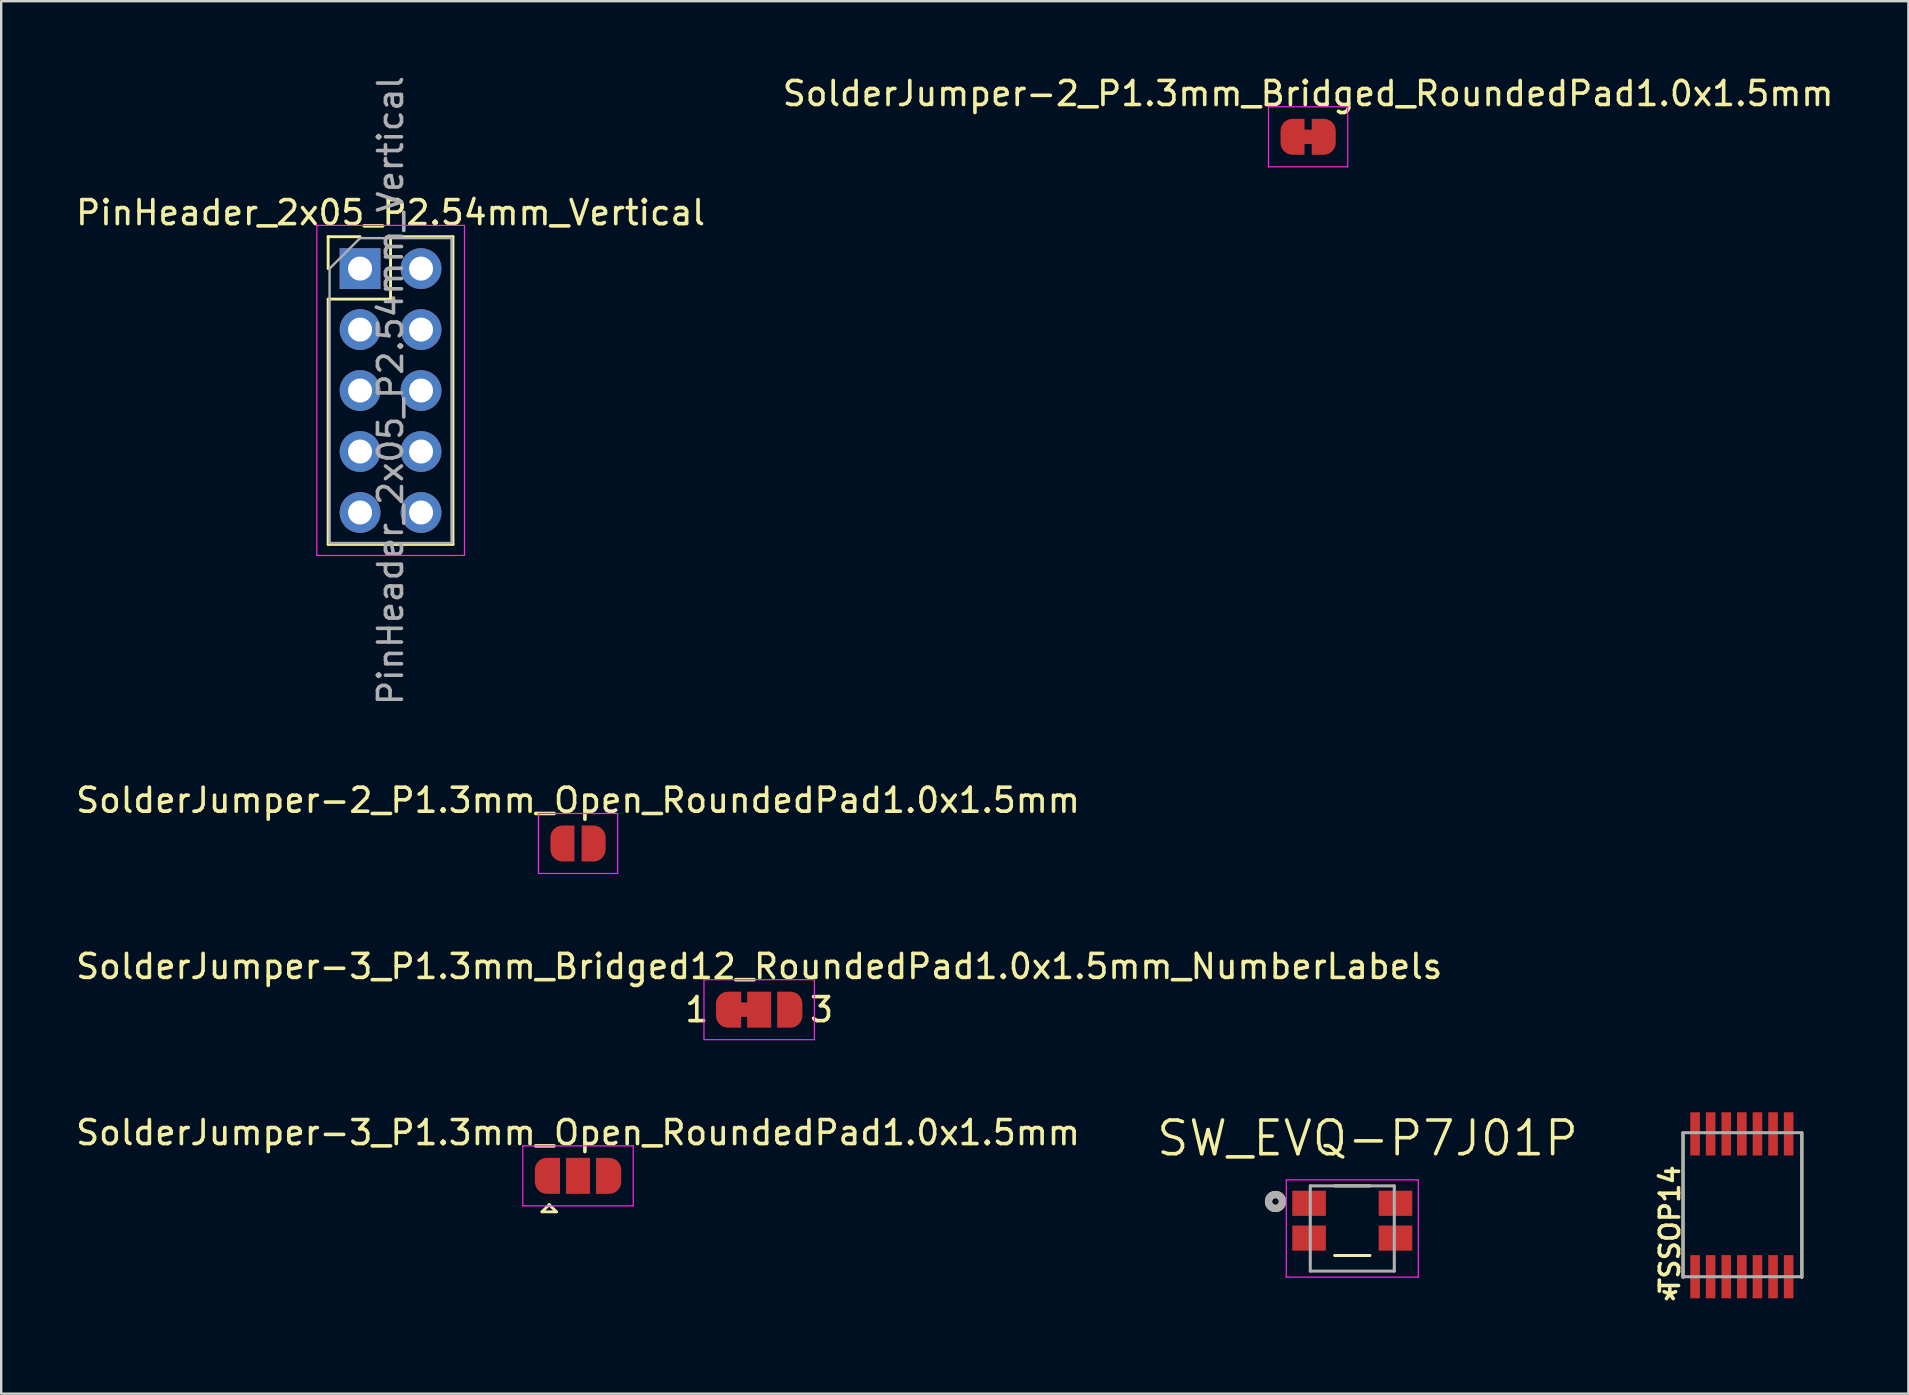
<source format=kicad_pcb>
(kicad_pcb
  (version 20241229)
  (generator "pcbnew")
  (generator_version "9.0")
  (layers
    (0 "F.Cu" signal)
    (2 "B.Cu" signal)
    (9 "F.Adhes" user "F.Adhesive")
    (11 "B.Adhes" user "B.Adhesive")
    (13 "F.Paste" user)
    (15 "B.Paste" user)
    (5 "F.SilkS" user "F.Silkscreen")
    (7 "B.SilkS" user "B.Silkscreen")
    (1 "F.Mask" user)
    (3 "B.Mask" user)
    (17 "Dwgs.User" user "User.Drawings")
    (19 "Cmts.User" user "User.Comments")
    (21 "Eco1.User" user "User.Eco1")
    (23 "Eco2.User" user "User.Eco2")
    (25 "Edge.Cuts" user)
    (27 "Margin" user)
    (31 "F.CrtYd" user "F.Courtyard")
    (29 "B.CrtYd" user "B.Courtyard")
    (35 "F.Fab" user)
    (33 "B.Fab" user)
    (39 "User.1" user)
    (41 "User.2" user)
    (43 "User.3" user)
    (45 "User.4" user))
  (footprint "SolderJumper-3_P1.3mm_Bridged12_RoundedPad1.0x1.5mm_NumberLabels"
    (layer "F.Cu")
    (at 28.577 39.012)
    (property "Reference" "SolderJumper-3_P1.3mm_Bridged12_RoundedPad1.0x1.5mm_NumberLabels" (at 0 -1.8 0) (layer "F.SilkS") (effects (font (size 1 1) (thickness 0.15))))
    (attr exclude_from_pos_files exclude_from_bom)
    (fp_poly (pts (xy -0.9 -0.3) (xy -0.4 -0.3) (xy -0.4 0.3) (xy -0.9 0.3)) (stroke (width 0) (type solid)) (fill yes) (layer "F.Cu"))
    (fp_line (start -2.3 -1.25) (end -2.3 1.25) (stroke (width 0.05) (type solid)) (layer "F.CrtYd"))
    (fp_line (start -2.3 -1.25) (end 2.3 -1.25) (stroke (width 0.05) (type solid)) (layer "F.CrtYd"))
    (fp_line (start 2.3 1.25) (end -2.3 1.25) (stroke (width 0.05) (type solid)) (layer "F.CrtYd"))
    (fp_line (start 2.3 1.25) (end 2.3 -1.25) (stroke (width 0.05) (type solid)) (layer "F.CrtYd"))
    (fp_text user "1" (at -2.6 0 0) (layer "F.SilkS") (effects (font (size 1 1) (thickness 0.15))))
    (fp_text user "3" (at 2.6 0 0) (layer "F.SilkS") (effects (font (size 1 1) (thickness 0.15))))
    (pad "1" smd custom (at -1.3 0) (size 1 0.5) (layers "F.Cu" "F.Mask") (options (anchor rect)) (primitives (gr_poly (pts (xy 0.55 -0.75) (xy 0 -0.75) (xy 0 0.75) (xy 0.55 0.75)) (width 0) (fill yes)) (gr_circle (center 0 0.25) (end 0.5 0.25) (width 0) (fill yes)) (gr_circle (center 0 -0.25) (end 0.5 -0.25) (width 0) (fill yes))))
    (pad "2" smd rect (at 0 0) (size 1 1.5) (layers "F.Cu" "F.Mask"))
    (pad "3" smd custom (at 1.3 0) (size 1 0.5) (layers "F.Cu" "F.Mask") (options (anchor rect)) (primitives (gr_circle (center 0 0.25) (end 0.5 0.25) (width 0) (fill yes)) (gr_circle (center 0 -0.25) (end 0.5 -0.25) (width 0) (fill yes)) (gr_poly (pts (xy -0.55 -0.75) (xy 0 -0.75) (xy 0 0.75) (xy -0.55 0.75)) (width 0) (fill yes)))))
  (footprint "SolderJumper-3_P1.3mm_Open_RoundedPad1.0x1.5mm"
    (layer "F.Cu")
    (at 21.03 45.935)
    (property "Reference" "SolderJumper-3_P1.3mm_Open_RoundedPad1.0x1.5mm" (at 0 -1.8 0) (layer "F.SilkS") (effects (font (size 1 1) (thickness 0.15))))
    (attr exclude_from_pos_files exclude_from_bom)
    (fp_line (start -1.5 1.5) (end -0.9 1.5) (stroke (width 0.12) (type solid)) (layer "F.SilkS"))
    (fp_line (start -1.2 1.2) (end -1.5 1.5) (stroke (width 0.12) (type solid)) (layer "F.SilkS"))
    (fp_line (start -1.2 1.2) (end -0.9 1.5) (stroke (width 0.12) (type solid)) (layer "F.SilkS"))
    (fp_line (start -2.3 -1.25) (end -2.3 1.25) (stroke (width 0.05) (type solid)) (layer "F.CrtYd"))
    (fp_line (start -2.3 -1.25) (end 2.3 -1.25) (stroke (width 0.05) (type solid)) (layer "F.CrtYd"))
    (fp_line (start 2.3 1.25) (end -2.3 1.25) (stroke (width 0.05) (type solid)) (layer "F.CrtYd"))
    (fp_line (start 2.3 1.25) (end 2.3 -1.25) (stroke (width 0.05) (type solid)) (layer "F.CrtYd"))
    (pad "1" smd custom (at -1.3 0) (size 1 0.5) (layers "F.Cu" "F.Mask") (options (anchor rect)) (primitives (gr_circle (center 0 0.25) (end 0.5 0.25) (width 0) (fill yes)) (gr_circle (center 0 -0.25) (end 0.5 -0.25) (width 0) (fill yes)) (gr_poly (pts (xy 0.55 -0.75) (xy 0 -0.75) (xy 0 0.75) (xy 0.55 0.75)) (width 0) (fill yes))))
    (pad "2" smd rect (at 0 0) (size 1 1.5) (layers "F.Cu" "F.Mask"))
    (pad "3" smd custom (at 1.3 0) (size 1 0.5) (layers "F.Cu" "F.Mask") (options (anchor rect)) (primitives (gr_circle (center 0 0.25) (end 0.5 0.25) (width 0) (fill yes)) (gr_circle (center 0 -0.25) (end 0.5 -0.25) (width 0) (fill yes)) (gr_poly (pts (xy -0.55 -0.75) (xy 0 -0.75) (xy 0 0.75) (xy -0.55 0.75)) (width 0) (fill yes)))))
  (footprint "PinHeader_2x05_P2.54mm_Vertical"
    (layer "F.Cu")
    (at 13.22 13.22)
    (property "Reference" "PinHeader_2x05_P2.54mm_Vertical" (at 0 -7.41 0) (layer "F.SilkS") (effects (font (size 1 1) (thickness 0.15))))
    (attr through_hole)
    (fp_line (start -2.6 -6.41) (end -1.27 -6.41) (stroke (width 0.12) (type solid)) (layer "F.SilkS"))
    (fp_line (start -2.6 -5.08) (end -2.6 -6.41) (stroke (width 0.12) (type solid)) (layer "F.SilkS"))
    (fp_line (start -2.6 -3.81) (end -2.6 6.41) (stroke (width 0.12) (type solid)) (layer "F.SilkS"))
    (fp_line (start -2.6 -3.81) (end 0 -3.81) (stroke (width 0.12) (type solid)) (layer "F.SilkS"))
    (fp_line (start -2.6 6.41) (end 2.6 6.41) (stroke (width 0.12) (type solid)) (layer "F.SilkS"))
    (fp_line (start 0 -6.41) (end 2.6 -6.41) (stroke (width 0.12) (type solid)) (layer "F.SilkS"))
    (fp_line (start 0 -3.81) (end 0 -6.41) (stroke (width 0.12) (type solid)) (layer "F.SilkS"))
    (fp_line (start 2.6 -6.41) (end 2.6 6.41) (stroke (width 0.12) (type solid)) (layer "F.SilkS"))
    (fp_line (start -3.07 -6.88) (end -3.07 6.87) (stroke (width 0.05) (type solid)) (layer "F.CrtYd"))
    (fp_line (start -3.07 6.87) (end 3.08 6.87) (stroke (width 0.05) (type solid)) (layer "F.CrtYd"))
    (fp_line (start 3.08 -6.88) (end -3.07 -6.88) (stroke (width 0.05) (type solid)) (layer "F.CrtYd"))
    (fp_line (start 3.08 6.87) (end 3.08 -6.88) (stroke (width 0.05) (type solid)) (layer "F.CrtYd"))
    (fp_line (start -2.54 -5.08) (end -1.27 -6.35) (stroke (width 0.1) (type solid)) (layer "F.Fab"))
    (fp_line (start -2.54 6.35) (end -2.54 -5.08) (stroke (width 0.1) (type solid)) (layer "F.Fab"))
    (fp_line (start -1.27 -6.35) (end 2.54 -6.35) (stroke (width 0.1) (type solid)) (layer "F.Fab"))
    (fp_line (start 2.54 -6.35) (end 2.54 6.35) (stroke (width 0.1) (type solid)) (layer "F.Fab"))
    (fp_line (start 2.54 6.35) (end -2.54 6.35) (stroke (width 0.1) (type solid)) (layer "F.Fab"))
    (fp_text user "${REFERENCE}" (at 0 0 90) (layer "F.Fab") (effects (font (size 1 1) (thickness 0.15))))
    (pad "1" thru_hole rect (at -1.27 -5.08) (size 1.7 1.7) (drill 1) (layers "*.Cu" "*.Mask"))
    (pad "2" thru_hole oval (at 1.27 -5.08) (size 1.7 1.7) (drill 1) (layers "*.Cu" "*.Mask"))
    (pad "3" thru_hole oval (at -1.27 -2.54) (size 1.7 1.7) (drill 1) (layers "*.Cu" "*.Mask"))
    (pad "4" thru_hole oval (at 1.27 -2.54) (size 1.7 1.7) (drill 1) (layers "*.Cu" "*.Mask"))
    (pad "5" thru_hole oval (at -1.27 0) (size 1.7 1.7) (drill 1) (layers "*.Cu" "*.Mask"))
    (pad "6" thru_hole oval (at 1.27 0) (size 1.7 1.7) (drill 1) (layers "*.Cu" "*.Mask"))
    (pad "7" thru_hole oval (at -1.27 2.54) (size 1.7 1.7) (drill 1) (layers "*.Cu" "*.Mask"))
    (pad "8" thru_hole oval (at 1.27 2.54) (size 1.7 1.7) (drill 1) (layers "*.Cu" "*.Mask"))
    (pad "9" thru_hole oval (at -1.27 5.08) (size 1.7 1.7) (drill 1) (layers "*.Cu" "*.Mask"))
    (pad "10" thru_hole oval (at 1.27 5.08) (size 1.7 1.7) (drill 1) (layers "*.Cu" "*.Mask")))
  (footprint "SolderJumper-2_P1.3mm_Open_RoundedPad1.0x1.5mm"
    (layer "F.Cu")
    (at 21.03 32.089)
    (property "Reference" "SolderJumper-2_P1.3mm_Open_RoundedPad1.0x1.5mm" (at 0 -1.8 0) (layer "F.SilkS") (effects (font (size 1 1) (thickness 0.15))))
    (attr exclude_from_pos_files exclude_from_bom)
    (fp_line (start -1.65 -1.25) (end -1.65 1.25) (stroke (width 0.05) (type solid)) (layer "F.CrtYd"))
    (fp_line (start -1.65 -1.25) (end 1.65 -1.25) (stroke (width 0.05) (type solid)) (layer "F.CrtYd"))
    (fp_line (start 1.65 1.25) (end -1.65 1.25) (stroke (width 0.05) (type solid)) (layer "F.CrtYd"))
    (fp_line (start 1.65 1.25) (end 1.65 -1.25) (stroke (width 0.05) (type solid)) (layer "F.CrtYd"))
    (pad "1" smd custom (at -0.65 0) (size 1 0.5) (layers "F.Cu" "F.Mask") (options (anchor rect)) (primitives (gr_circle (center 0 0.25) (end 0.5 0.25) (width 0) (fill yes)) (gr_circle (center 0 -0.25) (end 0.5 -0.25) (width 0) (fill yes)) (gr_poly (pts (xy 0 -0.75) (xy 0.5 -0.75) (xy 0.5 0.75) (xy 0 0.75)) (width 0) (fill yes))))
    (pad "2" smd custom (at 0.65 0) (size 1 0.5) (layers "F.Cu" "F.Mask") (options (anchor rect)) (primitives (gr_circle (center 0 0.25) (end 0.5 0.25) (width 0) (fill yes)) (gr_circle (center 0 -0.25) (end 0.5 -0.25) (width 0) (fill yes)) (gr_poly (pts (xy 0 -0.75) (xy -0.5 -0.75) (xy -0.5 0.75) (xy 0 0.75)) (width 0) (fill yes)))))
  (footprint "SW_EVQ-P7J01P"
    (layer "F.Cu")
    (at 53.285 47.803)
    (property "Reference" "SW_EVQ-P7J01P" (at 0.636 -3.433 0) (layer "F.SilkS") (effects (font (size 1.402 1.402) (thickness 0.15))))
    (attr through_hole)
    (fp_line (start -0.734 -1.45) (end 0.734 -1.45) (stroke (width 0.127) (type solid)) (layer "F.SilkS"))
    (fp_line (start 0.734 1.45) (end -0.734 1.45) (stroke (width 0.127) (type solid)) (layer "F.SilkS"))
    (fp_circle (center -3.2 -0.8) (end -3.059 -0.8) (stroke (width 0.3) (type solid)) (fill no) (layer "F.SilkS"))
    (fp_line (start -2.75 -1.7) (end 2.75 -1.7) (stroke (width 0.05) (type solid)) (layer "F.CrtYd"))
    (fp_line (start -2.75 2.35) (end -2.75 -1.7) (stroke (width 0.05) (type solid)) (layer "F.CrtYd"))
    (fp_line (start 2.75 -1.7) (end 2.75 2.35) (stroke (width 0.05) (type solid)) (layer "F.CrtYd"))
    (fp_line (start 2.75 2.35) (end -2.75 2.35) (stroke (width 0.05) (type solid)) (layer "F.CrtYd"))
    (fp_line (start -1.75 -1.45) (end 1.75 -1.45) (stroke (width 0.127) (type solid)) (layer "F.Fab"))
    (fp_line (start -1.75 2.1) (end -1.75 -1.45) (stroke (width 0.127) (type solid)) (layer "F.Fab"))
    (fp_line (start 1.75 -1.45) (end 1.75 2.1) (stroke (width 0.127) (type solid)) (layer "F.Fab"))
    (fp_line (start 1.75 2.1) (end -1.75 2.1) (stroke (width 0.127) (type solid)) (layer "F.Fab"))
    (fp_circle (center -3.2 -0.8) (end -3.059 -0.8) (stroke (width 0.3) (type solid)) (fill no) (layer "F.Fab"))
    (pad "1_1" smd rect (at -1.8 -0.725) (size 1.4 1.05) (layers "F.Cu" "F.Mask" "F.Paste"))
    (pad "1_2" smd rect (at 1.8 -0.725) (size 1.4 1.05) (layers "F.Cu" "F.Mask" "F.Paste"))
    (pad "2_1" smd rect (at -1.8 0.725) (size 1.4 1.05) (layers "F.Cu" "F.Mask" "F.Paste"))
    (pad "2_2" smd rect (at 1.8 0.725) (size 1.4 1.05) (layers "F.Cu" "F.Mask" "F.Paste")))
  (footprint "SolderJumper-2_P1.3mm_Bridged_RoundedPad1.0x1.5mm"
    (layer "F.Cu")
    (at 51.446 2.648)
    (property "Reference" "SolderJumper-2_P1.3mm_Bridged_RoundedPad1.0x1.5mm" (at 0 -1.8 0) (layer "F.SilkS") (effects (font (size 1 1) (thickness 0.15))))
    (attr exclude_from_pos_files exclude_from_bom)
    (fp_poly (pts (xy 0.25 -0.3) (xy -0.25 -0.3) (xy -0.25 0.3) (xy 0.25 0.3)) (stroke (width 0) (type solid)) (fill yes) (layer "F.Cu"))
    (fp_line (start -1.65 -1.25) (end -1.65 1.25) (stroke (width 0.05) (type solid)) (layer "F.CrtYd"))
    (fp_line (start -1.65 -1.25) (end 1.65 -1.25) (stroke (width 0.05) (type solid)) (layer "F.CrtYd"))
    (fp_line (start 1.65 1.25) (end -1.65 1.25) (stroke (width 0.05) (type solid)) (layer "F.CrtYd"))
    (fp_line (start 1.65 1.25) (end 1.65 -1.25) (stroke (width 0.05) (type solid)) (layer "F.CrtYd"))
    (pad "1" smd custom (at -0.65 0) (size 1 0.5) (layers "F.Cu" "F.Mask") (options (anchor rect)) (primitives (gr_circle (center 0 0.25) (end 0.5 0.25) (width 0) (fill yes)) (gr_circle (center 0 -0.25) (end 0.5 -0.25) (width 0) (fill yes)) (gr_poly (pts (xy 0 -0.75) (xy 0.5 -0.75) (xy 0.5 0.75) (xy 0 0.75)) (width 0) (fill yes))))
    (pad "2" smd custom (at 0.65 0) (size 1 0.5) (layers "F.Cu" "F.Mask") (options (anchor rect)) (primitives (gr_circle (center 0 0.25) (end 0.5 0.25) (width 0) (fill yes)) (gr_circle (center 0 -0.25) (end 0.5 -0.25) (width 0) (fill yes)) (gr_poly (pts (xy 0 -0.75) (xy -0.5 -0.75) (xy -0.5 0.75) (xy 0 0.75)) (width 0) (fill yes)))))
  (footprint "TSSOP14"
    (layer "F.Cu")
    (at 69.514 47.162)
    (property "Reference" "TSSOP14" (at -3 1 90) (layer "F.SilkS") (effects (font (size 0.8 0.8) (thickness 0.15))))
    (attr through_hole)
    (fp_line (start -2.45 -3) (end -2.45 3) (stroke (width 0.127) (type solid)) (layer "F.SilkS"))
    (fp_line (start 2.5 3) (end 2.5 -3) (stroke (width 0.127) (type solid)) (layer "F.SilkS"))
    (fp_line (start -2.45 -3.025) (end -2.45 2.975) (stroke (width 0.127) (type solid)) (layer "F.Fab"))
    (fp_line (start -2.45 2.975) (end 2.5 2.975) (stroke (width 0.127) (type solid)) (layer "F.Fab"))
    (fp_line (start 2.5 -3.025) (end -2.45 -3.025) (stroke (width 0.127) (type solid)) (layer "F.Fab"))
    (fp_line (start 2.5 2.975) (end 2.5 -3.025) (stroke (width 0.127) (type solid)) (layer "F.Fab"))
    (fp_text user "*" (at -3 4 0) (layer "F.SilkS") (effects (font (size 1 1) (thickness 0.15))))
    (pad "1" smd rect (at -1.95 2.975) (size 0.4 1.8) (layers "F.Cu" "F.Mask" "F.Paste"))
    (pad "2" smd rect (at -1.3 2.975) (size 0.4 1.8) (layers "F.Cu" "F.Mask" "F.Paste"))
    (pad "3" smd rect (at -0.65 2.975) (size 0.4 1.8) (layers "F.Cu" "F.Mask" "F.Paste"))
    (pad "4" smd rect (at 0 2.975) (size 0.4 1.8) (layers "F.Cu" "F.Mask" "F.Paste"))
    (pad "5" smd rect (at 0.65 2.975) (size 0.4 1.8) (layers "F.Cu" "F.Mask" "F.Paste"))
    (pad "6" smd rect (at 1.3 2.975) (size 0.4 1.8) (layers "F.Cu" "F.Mask" "F.Paste"))
    (pad "7" smd rect (at 1.95 2.975) (size 0.4 1.8) (layers "F.Cu" "F.Mask" "F.Paste"))
    (pad "8" smd rect (at 1.95 -2.975) (size 0.4 1.8) (layers "F.Cu" "F.Mask" "F.Paste"))
    (pad "9" smd rect (at 1.3 -2.975) (size 0.4 1.8) (layers "F.Cu" "F.Mask" "F.Paste"))
    (pad "10" smd rect (at 0.65 -2.975) (size 0.4 1.8) (layers "F.Cu" "F.Mask" "F.Paste"))
    (pad "11" smd rect (at 0 -2.975) (size 0.4 1.8) (layers "F.Cu" "F.Mask" "F.Paste"))
    (pad "12" smd rect (at -0.65 -2.975) (size 0.4 1.8) (layers "F.Cu" "F.Mask" "F.Paste"))
    (pad "13" smd rect (at -1.3 -2.975) (size 0.4 1.8) (layers "F.Cu" "F.Mask" "F.Paste"))
    (pad "14" smd rect (at -1.95 -2.975) (size 0.4 1.8) (layers "F.Cu" "F.Mask" "F.Paste")))
  (gr_rect
    (start -3 -3)
    (end 76.452 55.01)
    (stroke (width 0.1) (type default))
    (fill no)
    (layer "Edge.Cuts")))
</source>
